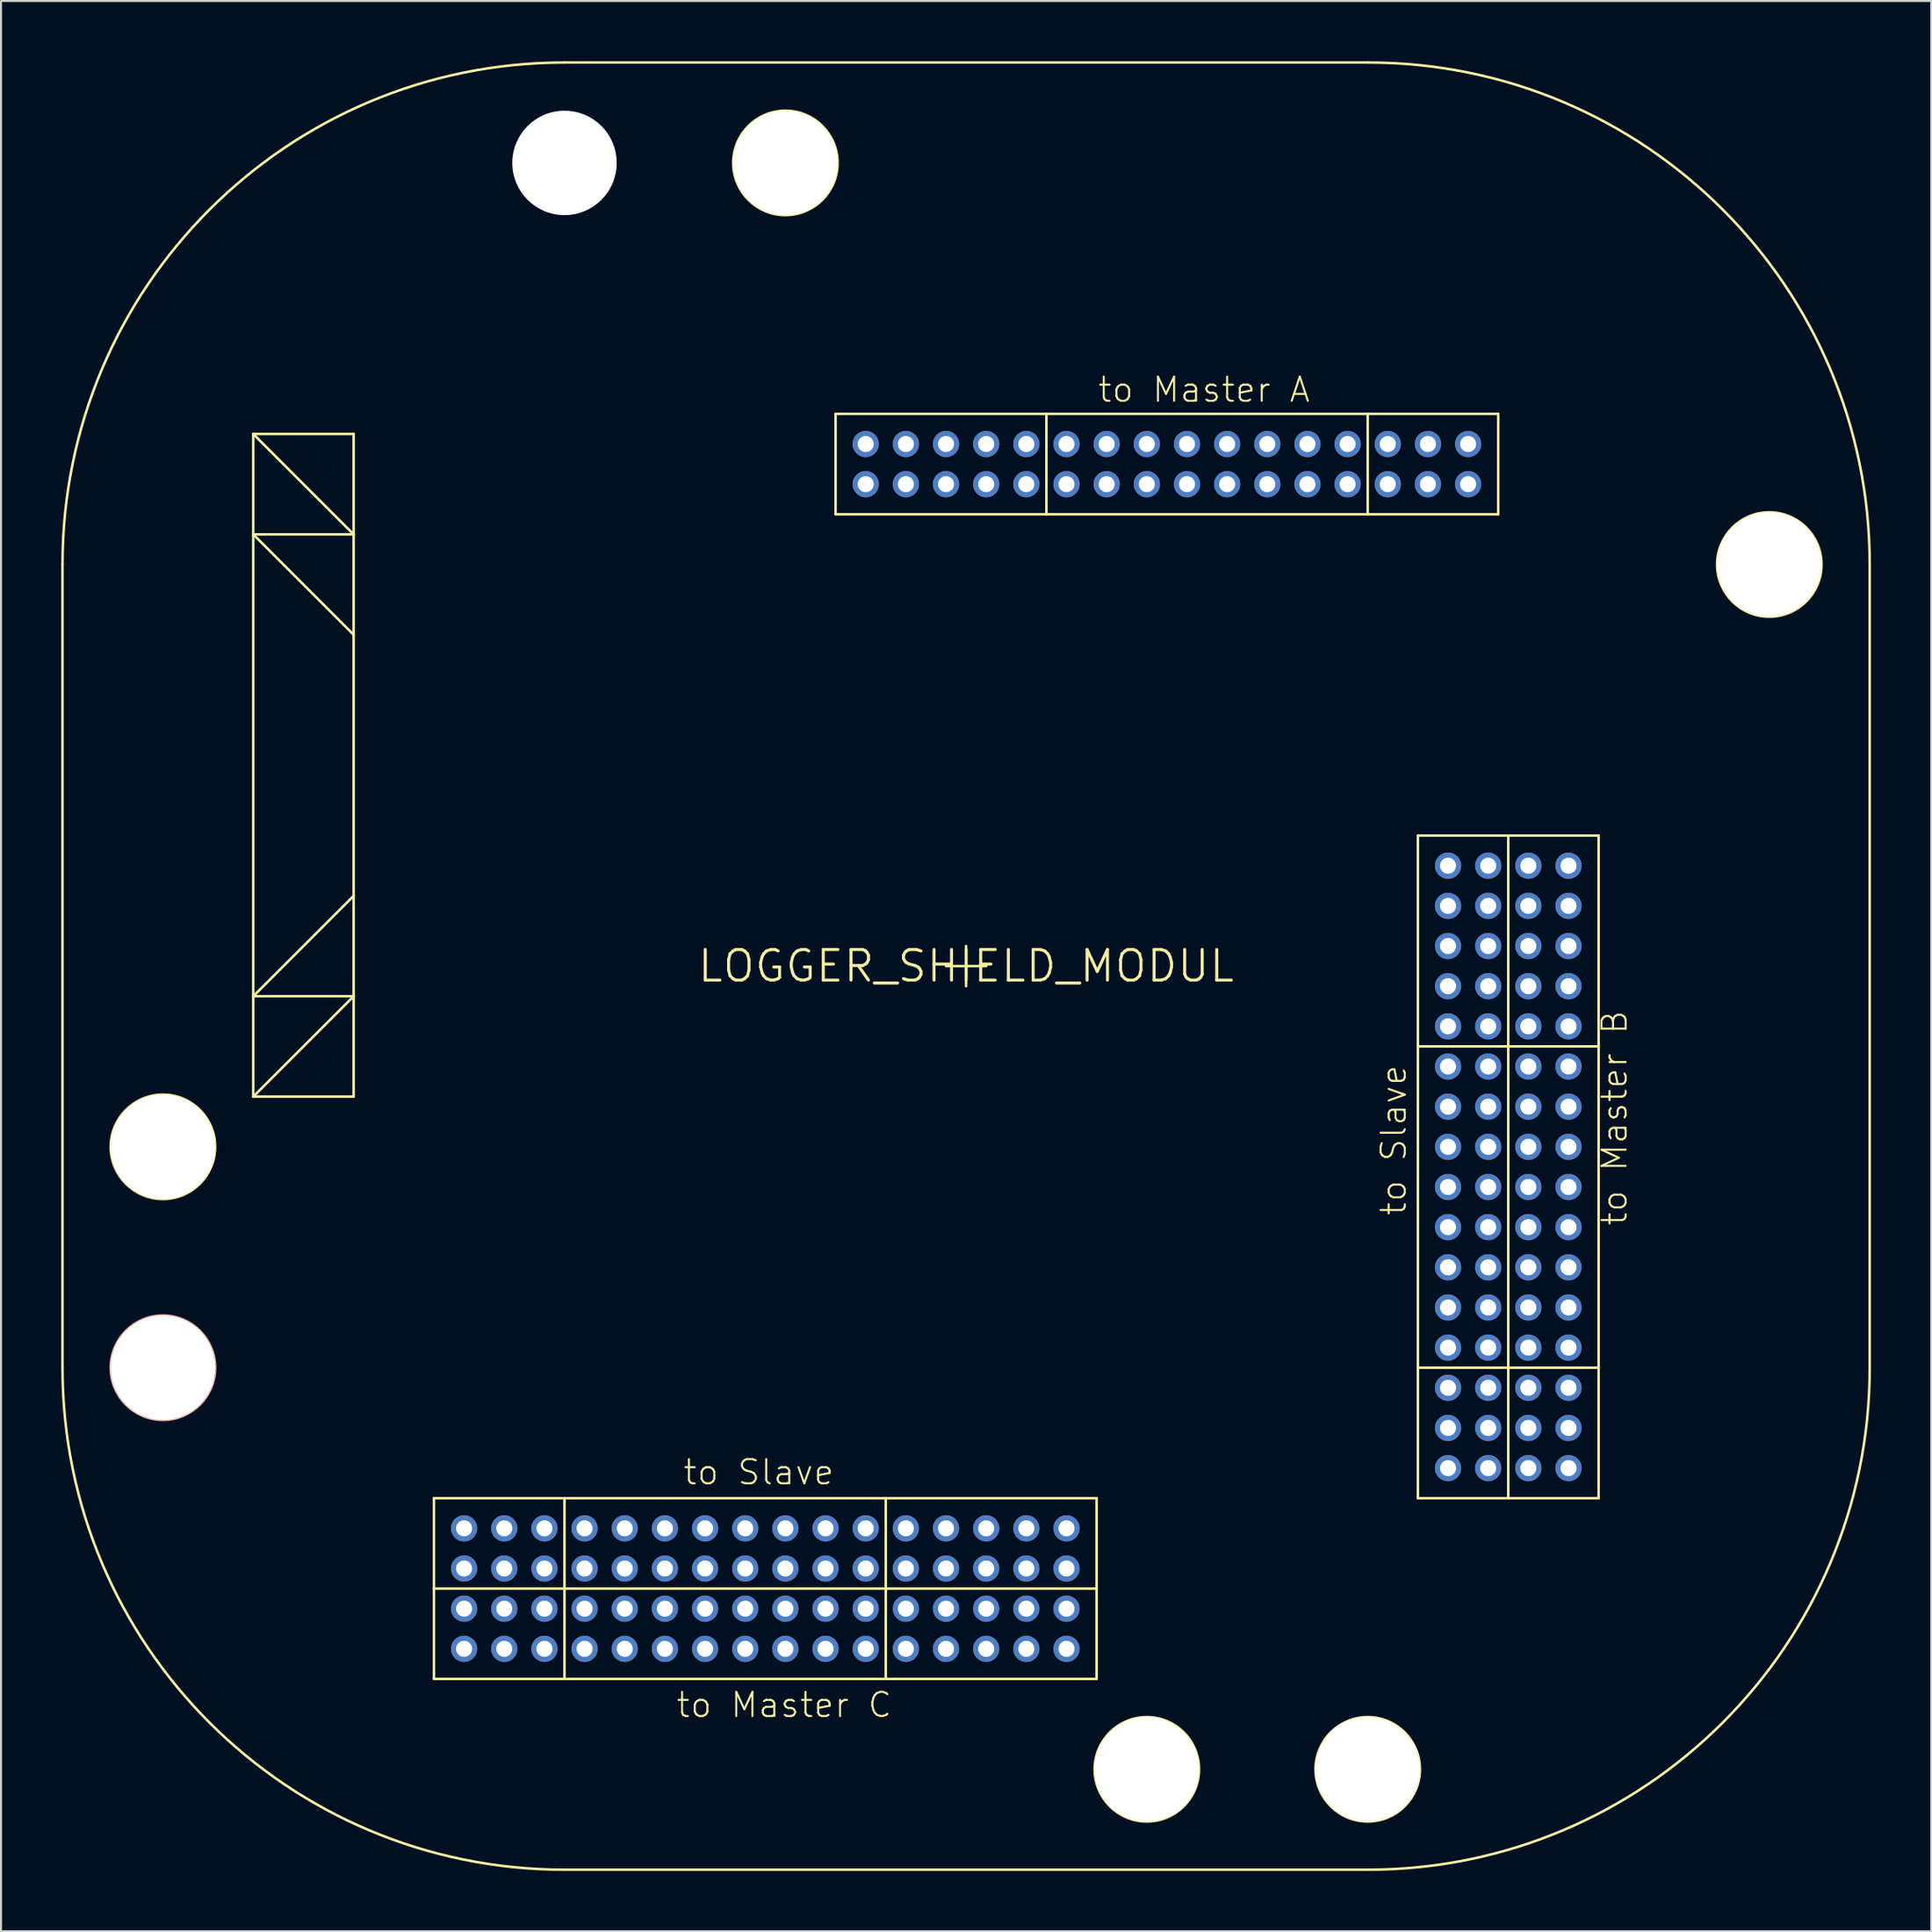
<source format=kicad_pcb>
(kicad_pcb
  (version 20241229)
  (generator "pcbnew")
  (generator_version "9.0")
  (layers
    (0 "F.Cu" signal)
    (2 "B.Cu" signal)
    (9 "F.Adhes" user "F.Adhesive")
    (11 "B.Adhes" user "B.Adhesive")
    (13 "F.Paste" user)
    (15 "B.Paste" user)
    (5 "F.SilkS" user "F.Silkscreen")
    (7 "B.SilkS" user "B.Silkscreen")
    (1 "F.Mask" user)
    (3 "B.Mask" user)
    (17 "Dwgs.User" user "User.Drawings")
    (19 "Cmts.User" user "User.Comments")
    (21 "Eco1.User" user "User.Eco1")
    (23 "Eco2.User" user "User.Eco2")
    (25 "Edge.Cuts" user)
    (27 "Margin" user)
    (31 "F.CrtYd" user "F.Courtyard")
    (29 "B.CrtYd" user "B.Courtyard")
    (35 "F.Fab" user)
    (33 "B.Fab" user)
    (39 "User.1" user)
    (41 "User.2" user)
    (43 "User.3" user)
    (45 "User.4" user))
  (footprint "LOGGER_SHIELD_MODUL"
    (layer "F.Cu")
    (at 45.063 45.063)
    (property "Reference" "LOGGER_SHIELD_MODUL" (at 0 0 0) (layer "F.SilkS") (effects (font (size 1.524 1.524) (thickness 0.15))))
    (attr through_hole)
    (fp_line (start -45 -20) (end -45 20) (stroke (width 0.127) (type solid)) (layer "F.SilkS"))
    (fp_line (start -35.5 -26.5) (end -35.5 -21.5) (stroke (width 0.127) (type solid)) (layer "F.SilkS"))
    (fp_line (start -35.5 -26.5) (end -30.5 -21.5) (stroke (width 0.127) (type solid)) (layer "F.SilkS"))
    (fp_line (start -35.5 -21.5) (end -35.5 1.5) (stroke (width 0.127) (type solid)) (layer "F.SilkS"))
    (fp_line (start -35.5 -21.5) (end -30.5 -16.5) (stroke (width 0.127) (type solid)) (layer "F.SilkS"))
    (fp_line (start -35.5 1.5) (end -35.5 6.5) (stroke (width 0.127) (type solid)) (layer "F.SilkS"))
    (fp_line (start -35.5 1.5) (end -30.5 -3.5) (stroke (width 0.127) (type solid)) (layer "F.SilkS"))
    (fp_line (start -35.5 6.5) (end -30.5 1.5) (stroke (width 0.127) (type solid)) (layer "F.SilkS"))
    (fp_line (start -35.5 6.5) (end -30.5 6.5) (stroke (width 0.127) (type solid)) (layer "F.SilkS"))
    (fp_line (start -30.5 -26.5) (end -35.5 -26.5) (stroke (width 0.127) (type solid)) (layer "F.SilkS"))
    (fp_line (start -30.5 -21.5) (end -35.5 -21.5) (stroke (width 0.127) (type solid)) (layer "F.SilkS"))
    (fp_line (start -30.5 -21.5) (end -30.5 -26.5) (stroke (width 0.127) (type solid)) (layer "F.SilkS"))
    (fp_line (start -30.5 -16.5) (end -30.5 -21.5) (stroke (width 0.127) (type solid)) (layer "F.SilkS"))
    (fp_line (start -30.5 -3.5) (end -30.5 -16.5) (stroke (width 0.127) (type solid)) (layer "F.SilkS"))
    (fp_line (start -30.5 1.5) (end -35.5 1.5) (stroke (width 0.127) (type solid)) (layer "F.SilkS"))
    (fp_line (start -30.5 1.5) (end -30.5 -3.5) (stroke (width 0.127) (type solid)) (layer "F.SilkS"))
    (fp_line (start -30.5 6.5) (end -30.5 1.5) (stroke (width 0.127) (type solid)) (layer "F.SilkS"))
    (fp_line (start -26.5 26.5) (end -20 26.5) (stroke (width 0.127) (type solid)) (layer "F.SilkS"))
    (fp_line (start -26.5 31) (end -26.5 26.5) (stroke (width 0.127) (type solid)) (layer "F.SilkS"))
    (fp_line (start -26.5 31) (end -20 31) (stroke (width 0.127) (type solid)) (layer "F.SilkS"))
    (fp_line (start -26.5 35.5) (end -26.5 31) (stroke (width 0.127) (type solid)) (layer "F.SilkS"))
    (fp_line (start -20 26.5) (end -4 26.5) (stroke (width 0.127) (type solid)) (layer "F.SilkS"))
    (fp_line (start -20 31) (end -20 26.5) (stroke (width 0.127) (type solid)) (layer "F.SilkS"))
    (fp_line (start -20 31) (end -20 35.5) (stroke (width 0.127) (type solid)) (layer "F.SilkS"))
    (fp_line (start -20 31) (end -4 31) (stroke (width 0.127) (type solid)) (layer "F.SilkS"))
    (fp_line (start -20 35.5) (end -26.5 35.5) (stroke (width 0.127) (type solid)) (layer "F.SilkS"))
    (fp_line (start -20 45) (end 20 45) (stroke (width 0.127) (type solid)) (layer "F.SilkS"))
    (fp_line (start -6.5 -27.5) (end -6.5 -22.5) (stroke (width 0.127) (type solid)) (layer "F.SilkS"))
    (fp_line (start -6.5 -27.5) (end 4 -27.5) (stroke (width 0.127) (type solid)) (layer "F.SilkS"))
    (fp_line (start -6.5 -22.5) (end 4 -22.5) (stroke (width 0.127) (type solid)) (layer "F.SilkS"))
    (fp_line (start -4 26.5) (end 6.5 26.5) (stroke (width 0.127) (type solid)) (layer "F.SilkS"))
    (fp_line (start -4 31) (end -4 26.5) (stroke (width 0.127) (type solid)) (layer "F.SilkS"))
    (fp_line (start -4 31) (end -4 35.5) (stroke (width 0.127) (type solid)) (layer "F.SilkS"))
    (fp_line (start -4 31) (end 6.5 31) (stroke (width 0.127) (type solid)) (layer "F.SilkS"))
    (fp_line (start -4 35.5) (end -20 35.5) (stroke (width 0.127) (type solid)) (layer "F.SilkS"))
    (fp_line (start -1 0) (end 1 0) (stroke (width 0.127) (type solid)) (layer "F.SilkS"))
    (fp_line (start 0 -1) (end 0 1) (stroke (width 0.127) (type solid)) (layer "F.SilkS"))
    (fp_line (start 4 -27.5) (end 20 -27.5) (stroke (width 0.127) (type solid)) (layer "F.SilkS"))
    (fp_line (start 4 -22.5) (end 4 -27.5) (stroke (width 0.127) (type solid)) (layer "F.SilkS"))
    (fp_line (start 4 -22.5) (end 20 -22.5) (stroke (width 0.127) (type solid)) (layer "F.SilkS"))
    (fp_line (start 6.5 26.5) (end 6.5 31) (stroke (width 0.127) (type solid)) (layer "F.SilkS"))
    (fp_line (start 6.5 31) (end 6.5 35.5) (stroke (width 0.127) (type solid)) (layer "F.SilkS"))
    (fp_line (start 6.5 35.5) (end -4 35.5) (stroke (width 0.127) (type solid)) (layer "F.SilkS"))
    (fp_line (start 20 -45) (end -20 -45) (stroke (width 0.127) (type solid)) (layer "F.SilkS"))
    (fp_line (start 20 -27.5) (end 26.5 -27.5) (stroke (width 0.127) (type solid)) (layer "F.SilkS"))
    (fp_line (start 20 -22.5) (end 20 -27.5) (stroke (width 0.127) (type solid)) (layer "F.SilkS"))
    (fp_line (start 20 -22.5) (end 26.5 -22.5) (stroke (width 0.127) (type solid)) (layer "F.SilkS"))
    (fp_line (start 22.5 -6.5) (end 22.5 4) (stroke (width 0.127) (type solid)) (layer "F.SilkS"))
    (fp_line (start 22.5 -6.5) (end 27 -6.5) (stroke (width 0.127) (type solid)) (layer "F.SilkS"))
    (fp_line (start 22.5 4) (end 22.5 20) (stroke (width 0.127) (type solid)) (layer "F.SilkS"))
    (fp_line (start 22.5 4) (end 27 4) (stroke (width 0.127) (type solid)) (layer "F.SilkS"))
    (fp_line (start 22.5 20) (end 22.5 26.5) (stroke (width 0.127) (type solid)) (layer "F.SilkS"))
    (fp_line (start 22.5 20) (end 27 20) (stroke (width 0.127) (type solid)) (layer "F.SilkS"))
    (fp_line (start 22.5 26.5) (end 27 26.5) (stroke (width 0.127) (type solid)) (layer "F.SilkS"))
    (fp_line (start 26.5 -22.5) (end 26.5 -27.5) (stroke (width 0.127) (type solid)) (layer "F.SilkS"))
    (fp_line (start 27 -6.5) (end 31.5 -6.5) (stroke (width 0.127) (type solid)) (layer "F.SilkS"))
    (fp_line (start 27 4) (end 27 -6.5) (stroke (width 0.127) (type solid)) (layer "F.SilkS"))
    (fp_line (start 27 4) (end 31.5 4) (stroke (width 0.127) (type solid)) (layer "F.SilkS"))
    (fp_line (start 27 20) (end 27 4) (stroke (width 0.127) (type solid)) (layer "F.SilkS"))
    (fp_line (start 27 20) (end 31.5 20) (stroke (width 0.127) (type solid)) (layer "F.SilkS"))
    (fp_line (start 27 26.5) (end 27 20) (stroke (width 0.127) (type solid)) (layer "F.SilkS"))
    (fp_line (start 27 26.5) (end 31.5 26.5) (stroke (width 0.127) (type solid)) (layer "F.SilkS"))
    (fp_line (start 31.5 4) (end 31.5 -6.5) (stroke (width 0.127) (type solid)) (layer "F.SilkS"))
    (fp_line (start 31.5 20) (end 31.5 4) (stroke (width 0.127) (type solid)) (layer "F.SilkS"))
    (fp_line (start 31.5 26.5) (end 31.5 20) (stroke (width 0.127) (type solid)) (layer "F.SilkS"))
    (fp_line (start 45 20) (end 45 -20) (stroke (width 0.127) (type solid)) (layer "F.SilkS"))
    (fp_arc (start -45 -20) (mid -37.67767 -37.67767) (end -20 -45) (stroke (width 0.127) (type solid)) (layer "F.SilkS"))
    (fp_arc (start -20 45) (mid -37.67767 37.67767) (end -45 20) (stroke (width 0.127) (type solid)) (layer "F.SilkS"))
    (fp_arc (start 20 -45) (mid 37.67767 -37.67767) (end 45 -20) (stroke (width 0.127) (type solid)) (layer "F.SilkS"))
    (fp_arc (start 45 20) (mid 37.67767 37.67767) (end 20 45) (stroke (width 0.127) (type solid)) (layer "F.SilkS"))
    (fp_circle (center -40 9) (end -37.4 9) (stroke (width 0.127) (type solid)) (fill no) (layer "F.SilkS"))
    (fp_circle (center -9 -40) (end -6.4 -40) (stroke (width 0.127) (type solid)) (fill no) (layer "F.SilkS"))
    (fp_circle (center 9 40) (end 11.6 40) (stroke (width 0.127) (type solid)) (fill no) (layer "F.SilkS"))
    (fp_circle (center 20 40) (end 22.6 40) (stroke (width 0.127) (type solid)) (fill no) (layer "F.SilkS"))
    (fp_circle (center 40 -20) (end 42.6 -20) (stroke (width 0.127) (type solid)) (fill no) (layer "F.SilkS"))
    (fp_circle (center -40 20) (end -37.4 20) (stroke (width 0.127) (type solid)) (fill no) (layer "B.SilkS"))
    (fp_text user "to Slave" (at -6.5 24.5 0) (layer "F.SilkS") (effects (font (size 1.206 1.206) (thickness 0.102)) (justify right top)))
    (fp_text user "to Slave" (at 22 12.5 90) (layer "F.SilkS") (effects (font (size 1.206 1.206) (thickness 0.102)) (justify left bottom)))
    (fp_text user "to Master B" (at 33 13 90) (layer "F.SilkS") (effects (font (size 1.206 1.206) (thickness 0.102)) (justify left bottom)))
    (fp_text user "to Master A" (at 6.5 -28 0) (layer "F.SilkS") (effects (font (size 1.206 1.206) (thickness 0.102)) (justify left bottom)))
    (fp_text user "to Master C" (at -14.5 37.5 0) (layer "F.SilkS") (effects (font (size 1.206 1.206) (thickness 0.102)) (justify left bottom)))
    (pad "" np_thru_hole circle (at -40 9) (size 5.2 5.2) (drill 5.2) (layers "*.Cu"))
    (pad "" np_thru_hole circle (at -40 20) (size 5.2 5.2) (drill 5.2) (layers "*.Cu"))
    (pad "" np_thru_hole circle (at -20 -40) (size 5.2 5.2) (drill 5.2) (layers "*.Cu"))
    (pad "" np_thru_hole circle (at -9 -40) (size 5.2 5.2) (drill 5.2) (layers "*.Cu"))
    (pad "" np_thru_hole circle (at 9 40) (size 5.2 5.2) (drill 5.2) (layers "*.Cu"))
    (pad "" np_thru_hole circle (at 20 40) (size 5.2 5.2) (drill 5.2) (layers "*.Cu"))
    (pad "" np_thru_hole circle (at 40 -20) (size 5.2 5.2) (drill 5.2) (layers "*.Cu"))
    (pad "A_+1" thru_hole circle (at -5 -26) (size 1.308 1.308) (drill 0.8) (layers "*.Cu" "*.Mask"))
    (pad "A_+1" thru_hole circle (at -5 -24) (size 1.308 1.308) (drill 0.8) (layers "*.Cu" "*.Mask"))
    (pad "A_-1" thru_hole circle (at -3 -26) (size 1.308 1.308) (drill 0.8) (layers "*.Cu" "*.Mask"))
    (pad "A_-1" thru_hole circle (at -3 -24) (size 1.308 1.308) (drill 0.8) (layers "*.Cu" "*.Mask"))
    (pad "A_1" thru_hole circle (at 5 -26) (size 1.308 1.308) (drill 0.8) (layers "*.Cu" "*.Mask"))
    (pad "A_2" thru_hole circle (at 7 -26) (size 1.308 1.308) (drill 0.8) (layers "*.Cu" "*.Mask"))
    (pad "A_3" thru_hole circle (at 9 -26) (size 1.308 1.308) (drill 0.8) (layers "*.Cu" "*.Mask"))
    (pad "A_4" thru_hole circle (at 11 -26) (size 1.308 1.308) (drill 0.8) (layers "*.Cu" "*.Mask"))
    (pad "A_5" thru_hole circle (at 13 -26) (size 1.308 1.308) (drill 0.8) (layers "*.Cu" "*.Mask"))
    (pad "A_5V" thru_hole circle (at 3 -26) (size 1.308 1.308) (drill 0.8) (layers "*.Cu" "*.Mask"))
    (pad "A_5V" thru_hole circle (at 3 -24) (size 1.308 1.308) (drill 0.8) (layers "*.Cu" "*.Mask"))
    (pad "A_6" thru_hole circle (at 15 -26) (size 1.308 1.308) (drill 0.8) (layers "*.Cu" "*.Mask"))
    (pad "A_7" thru_hole circle (at 17 -26) (size 1.308 1.308) (drill 0.8) (layers "*.Cu" "*.Mask"))
    (pad "A_8" thru_hole circle (at 19 -26) (size 1.308 1.308) (drill 0.8) (layers "*.Cu" "*.Mask"))
    (pad "A_11" thru_hole circle (at 5 -24) (size 1.308 1.308) (drill 0.8) (layers "*.Cu" "*.Mask"))
    (pad "A_22" thru_hole circle (at 7 -24) (size 1.308 1.308) (drill 0.8) (layers "*.Cu" "*.Mask"))
    (pad "A_33" thru_hole circle (at 9 -24) (size 1.308 1.308) (drill 0.8) (layers "*.Cu" "*.Mask"))
    (pad "A_44" thru_hole circle (at 11 -24) (size 1.308 1.308) (drill 0.8) (layers "*.Cu" "*.Mask"))
    (pad "A_55" thru_hole circle (at 13 -24) (size 1.308 1.308) (drill 0.8) (layers "*.Cu" "*.Mask"))
    (pad "A_66" thru_hole circle (at 15 -24) (size 1.308 1.308) (drill 0.8) (layers "*.Cu" "*.Mask"))
    (pad "A_77" thru_hole circle (at 17 -24) (size 1.308 1.308) (drill 0.8) (layers "*.Cu" "*.Mask"))
    (pad "A_88" thru_hole circle (at 19 -24) (size 1.308 1.308) (drill 0.8) (layers "*.Cu" "*.Mask"))
    (pad "A_CL" thru_hole circle (at 25 -24) (size 1.308 1.308) (drill 0.8) (layers "*.Cu" "*.Mask"))
    (pad "A_GN" thru_hole circle (at 1 -26) (size 1.308 1.308) (drill 0.8) (layers "*.Cu" "*.Mask"))
    (pad "A_GN" thru_hole circle (at 1 -24) (size 1.308 1.308) (drill 0.8) (layers "*.Cu" "*.Mask"))
    (pad "A_MP" thru_hole circle (at 21 -26) (size 1.308 1.308) (drill 0.8) (layers "*.Cu" "*.Mask"))
    (pad "A_MP" thru_hole circle (at 21 -24) (size 1.308 1.308) (drill 0.8) (layers "*.Cu" "*.Mask"))
    (pad "A_MP" thru_hole circle (at 23 -26) (size 1.308 1.308) (drill 0.8) (layers "*.Cu" "*.Mask"))
    (pad "A_MP" thru_hole circle (at 23 -24) (size 1.308 1.308) (drill 0.8) (layers "*.Cu" "*.Mask"))
    (pad "A_TX" thru_hole circle (at 25 -26) (size 1.308 1.308) (drill 0.8) (layers "*.Cu" "*.Mask"))
    (pad "A_VR" thru_hole circle (at -1 -26) (size 1.308 1.308) (drill 0.8) (layers "*.Cu" "*.Mask"))
    (pad "A_VR" thru_hole circle (at -1 -24) (size 1.308 1.308) (drill 0.8) (layers "*.Cu" "*.Mask"))
    (pad "B_+1" thru_hole circle (at 24 -5) (size 1.308 1.308) (drill 0.8) (layers "*.Cu" "*.Mask"))
    (pad "B_+1" thru_hole circle (at 26 -5) (size 1.308 1.308) (drill 0.8) (layers "*.Cu" "*.Mask"))
    (pad "B_+1" thru_hole circle (at 28 -5) (size 1.308 1.308) (drill 0.8) (layers "*.Cu" "*.Mask"))
    (pad "B_+1" thru_hole circle (at 30 -5) (size 1.308 1.308) (drill 0.8) (layers "*.Cu" "*.Mask"))
    (pad "B_-1" thru_hole circle (at 24 -3) (size 1.308 1.308) (drill 0.8) (layers "*.Cu" "*.Mask"))
    (pad "B_-1" thru_hole circle (at 26 -3) (size 1.308 1.308) (drill 0.8) (layers "*.Cu" "*.Mask"))
    (pad "B_-1" thru_hole circle (at 28 -3) (size 1.308 1.308) (drill 0.8) (layers "*.Cu" "*.Mask"))
    (pad "B_-1" thru_hole circle (at 30 -3) (size 1.308 1.308) (drill 0.8) (layers "*.Cu" "*.Mask"))
    (pad "B_1" thru_hole circle (at 30 5 270) (size 1.308 1.308) (drill 0.8) (layers "*.Cu" "*.Mask"))
    (pad "B_2" thru_hole circle (at 30 7 270) (size 1.308 1.308) (drill 0.8) (layers "*.Cu" "*.Mask"))
    (pad "B_3" thru_hole circle (at 30 9 270) (size 1.308 1.308) (drill 0.8) (layers "*.Cu" "*.Mask"))
    (pad "B_4" thru_hole circle (at 30 11 270) (size 1.308 1.308) (drill 0.8) (layers "*.Cu" "*.Mask"))
    (pad "B_5" thru_hole circle (at 30 13 270) (size 1.308 1.308) (drill 0.8) (layers "*.Cu" "*.Mask"))
    (pad "B_5V" thru_hole circle (at 24 3 270) (size 1.308 1.308) (drill 0.8) (layers "*.Cu" "*.Mask"))
    (pad "B_5V" thru_hole circle (at 26 3 270) (size 1.308 1.308) (drill 0.8) (layers "*.Cu" "*.Mask"))
    (pad "B_5V" thru_hole circle (at 28 3 270) (size 1.308 1.308) (drill 0.8) (layers "*.Cu" "*.Mask"))
    (pad "B_5V" thru_hole circle (at 30 3 270) (size 1.308 1.308) (drill 0.8) (layers "*.Cu" "*.Mask"))
    (pad "B_6" thru_hole circle (at 30 15 270) (size 1.308 1.308) (drill 0.8) (layers "*.Cu" "*.Mask"))
    (pad "B_7" thru_hole circle (at 30 17 270) (size 1.308 1.308) (drill 0.8) (layers "*.Cu" "*.Mask"))
    (pad "B_8" thru_hole circle (at 30 19 270) (size 1.308 1.308) (drill 0.8) (layers "*.Cu" "*.Mask"))
    (pad "B_11" thru_hole circle (at 28 5 270) (size 1.308 1.308) (drill 0.8) (layers "*.Cu" "*.Mask"))
    (pad "B_12" thru_hole circle (at 26 5 270) (size 1.308 1.308) (drill 0.8) (layers "*.Cu" "*.Mask"))
    (pad "B_13" thru_hole circle (at 24 5 270) (size 1.308 1.308) (drill 0.8) (layers "*.Cu" "*.Mask"))
    (pad "B_21" thru_hole circle (at 28 7 270) (size 1.308 1.308) (drill 0.8) (layers "*.Cu" "*.Mask"))
    (pad "B_22" thru_hole circle (at 26 7 270) (size 1.308 1.308) (drill 0.8) (layers "*.Cu" "*.Mask"))
    (pad "B_23" thru_hole circle (at 24 7 270) (size 1.308 1.308) (drill 0.8) (layers "*.Cu" "*.Mask"))
    (pad "B_31" thru_hole circle (at 28 9 270) (size 1.308 1.308) (drill 0.8) (layers "*.Cu" "*.Mask"))
    (pad "B_32" thru_hole circle (at 26 9 270) (size 1.308 1.308) (drill 0.8) (layers "*.Cu" "*.Mask"))
    (pad "B_33" thru_hole circle (at 24 9 270) (size 1.308 1.308) (drill 0.8) (layers "*.Cu" "*.Mask"))
    (pad "B_41" thru_hole circle (at 28 11 270) (size 1.308 1.308) (drill 0.8) (layers "*.Cu" "*.Mask"))
    (pad "B_42" thru_hole circle (at 26 11 270) (size 1.308 1.308) (drill 0.8) (layers "*.Cu" "*.Mask"))
    (pad "B_43" thru_hole circle (at 24 11 270) (size 1.308 1.308) (drill 0.8) (layers "*.Cu" "*.Mask"))
    (pad "B_51" thru_hole circle (at 28 13 270) (size 1.308 1.308) (drill 0.8) (layers "*.Cu" "*.Mask"))
    (pad "B_52" thru_hole circle (at 26 13 270) (size 1.308 1.308) (drill 0.8) (layers "*.Cu" "*.Mask"))
    (pad "B_53" thru_hole circle (at 24 13 270) (size 1.308 1.308) (drill 0.8) (layers "*.Cu" "*.Mask"))
    (pad "B_61" thru_hole circle (at 28 15 270) (size 1.308 1.308) (drill 0.8) (layers "*.Cu" "*.Mask"))
    (pad "B_62" thru_hole circle (at 26 15 270) (size 1.308 1.308) (drill 0.8) (layers "*.Cu" "*.Mask"))
    (pad "B_63" thru_hole circle (at 24 15 270) (size 1.308 1.308) (drill 0.8) (layers "*.Cu" "*.Mask"))
    (pad "B_71" thru_hole circle (at 28 17 270) (size 1.308 1.308) (drill 0.8) (layers "*.Cu" "*.Mask"))
    (pad "B_72" thru_hole circle (at 26 17 270) (size 1.308 1.308) (drill 0.8) (layers "*.Cu" "*.Mask"))
    (pad "B_73" thru_hole circle (at 24 17 270) (size 1.308 1.308) (drill 0.8) (layers "*.Cu" "*.Mask"))
    (pad "B_81" thru_hole circle (at 28 19 270) (size 1.308 1.308) (drill 0.8) (layers "*.Cu" "*.Mask"))
    (pad "B_82" thru_hole circle (at 26 19 270) (size 1.308 1.308) (drill 0.8) (layers "*.Cu" "*.Mask"))
    (pad "B_83" thru_hole circle (at 24 19 270) (size 1.308 1.308) (drill 0.8) (layers "*.Cu" "*.Mask"))
    (pad "B_CL" thru_hole circle (at 24 25) (size 1.308 1.308) (drill 0.8) (layers "*.Cu" "*.Mask"))
    (pad "B_CL" thru_hole circle (at 28 25) (size 1.308 1.308) (drill 0.8) (layers "*.Cu" "*.Mask"))
    (pad "B_GN" thru_hole circle (at 24 1 270) (size 1.308 1.308) (drill 0.8) (layers "*.Cu" "*.Mask"))
    (pad "B_GN" thru_hole circle (at 26 1 270) (size 1.308 1.308) (drill 0.8) (layers "*.Cu" "*.Mask"))
    (pad "B_GN" thru_hole circle (at 28 1 270) (size 1.308 1.308) (drill 0.8) (layers "*.Cu" "*.Mask"))
    (pad "B_GN" thru_hole circle (at 30 1 270) (size 1.308 1.308) (drill 0.8) (layers "*.Cu" "*.Mask"))
    (pad "B_MP" thru_hole circle (at 24 21 270) (size 1.308 1.308) (drill 0.8) (layers "*.Cu" "*.Mask"))
    (pad "B_MP" thru_hole circle (at 24 23 270) (size 1.308 1.308) (drill 0.8) (layers "*.Cu" "*.Mask"))
    (pad "B_MP" thru_hole circle (at 26 21 270) (size 1.308 1.308) (drill 0.8) (layers "*.Cu" "*.Mask"))
    (pad "B_MP" thru_hole circle (at 26 23 270) (size 1.308 1.308) (drill 0.8) (layers "*.Cu" "*.Mask"))
    (pad "B_MP" thru_hole circle (at 28 21 270) (size 1.308 1.308) (drill 0.8) (layers "*.Cu" "*.Mask"))
    (pad "B_MP" thru_hole circle (at 28 23 270) (size 1.308 1.308) (drill 0.8) (layers "*.Cu" "*.Mask"))
    (pad "B_MP" thru_hole circle (at 30 21 270) (size 1.308 1.308) (drill 0.8) (layers "*.Cu" "*.Mask"))
    (pad "B_MP" thru_hole circle (at 30 23 270) (size 1.308 1.308) (drill 0.8) (layers "*.Cu" "*.Mask"))
    (pad "B_TX" thru_hole circle (at 26 25) (size 1.308 1.308) (drill 0.8) (layers "*.Cu" "*.Mask"))
    (pad "B_TX" thru_hole circle (at 30 25) (size 1.308 1.308) (drill 0.8) (layers "*.Cu" "*.Mask"))
    (pad "B_VR" thru_hole circle (at 24 -1) (size 1.308 1.308) (drill 0.8) (layers "*.Cu" "*.Mask"))
    (pad "B_VR" thru_hole circle (at 26 -1) (size 1.308 1.308) (drill 0.8) (layers "*.Cu" "*.Mask"))
    (pad "B_VR" thru_hole circle (at 28 -1) (size 1.308 1.308) (drill 0.8) (layers "*.Cu" "*.Mask"))
    (pad "B_VR" thru_hole circle (at 30 -1) (size 1.308 1.308) (drill 0.8) (layers "*.Cu" "*.Mask"))
    (pad "C_+1" thru_hole circle (at 5 28) (size 1.308 1.308) (drill 0.8) (layers "*.Cu" "*.Mask"))
    (pad "C_+1" thru_hole circle (at 5 30) (size 1.308 1.308) (drill 0.8) (layers "*.Cu" "*.Mask"))
    (pad "C_+1" thru_hole circle (at 5 32) (size 1.308 1.308) (drill 0.8) (layers "*.Cu" "*.Mask"))
    (pad "C_+1" thru_hole circle (at 5 34) (size 1.308 1.308) (drill 0.8) (layers "*.Cu" "*.Mask"))
    (pad "C_-1" thru_hole circle (at 3 28) (size 1.308 1.308) (drill 0.8) (layers "*.Cu" "*.Mask"))
    (pad "C_-1" thru_hole circle (at 3 30) (size 1.308 1.308) (drill 0.8) (layers "*.Cu" "*.Mask"))
    (pad "C_-1" thru_hole circle (at 3 32) (size 1.308 1.308) (drill 0.8) (layers "*.Cu" "*.Mask"))
    (pad "C_-1" thru_hole circle (at 3 34) (size 1.308 1.308) (drill 0.8) (layers "*.Cu" "*.Mask"))
    (pad "C_1" thru_hole circle (at -5 34 180) (size 1.308 1.308) (drill 0.8) (layers "*.Cu" "*.Mask"))
    (pad "C_2" thru_hole circle (at -7 34 180) (size 1.308 1.308) (drill 0.8) (layers "*.Cu" "*.Mask"))
    (pad "C_3" thru_hole circle (at -9 34 180) (size 1.308 1.308) (drill 0.8) (layers "*.Cu" "*.Mask"))
    (pad "C_4" thru_hole circle (at -11 34 180) (size 1.308 1.308) (drill 0.8) (layers "*.Cu" "*.Mask"))
    (pad "C_5" thru_hole circle (at -13 34 180) (size 1.308 1.308) (drill 0.8) (layers "*.Cu" "*.Mask"))
    (pad "C_5V" thru_hole circle (at -3 28 180) (size 1.308 1.308) (drill 0.8) (layers "*.Cu" "*.Mask"))
    (pad "C_5V" thru_hole circle (at -3 30 180) (size 1.308 1.308) (drill 0.8) (layers "*.Cu" "*.Mask"))
    (pad "C_5V" thru_hole circle (at -3 32 180) (size 1.308 1.308) (drill 0.8) (layers "*.Cu" "*.Mask"))
    (pad "C_5V" thru_hole circle (at -3 34 180) (size 1.308 1.308) (drill 0.8) (layers "*.Cu" "*.Mask"))
    (pad "C_6" thru_hole circle (at -15 34 180) (size 1.308 1.308) (drill 0.8) (layers "*.Cu" "*.Mask"))
    (pad "C_7" thru_hole circle (at -17 34 180) (size 1.308 1.308) (drill 0.8) (layers "*.Cu" "*.Mask"))
    (pad "C_8" thru_hole circle (at -19 34 180) (size 1.308 1.308) (drill 0.8) (layers "*.Cu" "*.Mask"))
    (pad "C_11" thru_hole circle (at -5 32 180) (size 1.308 1.308) (drill 0.8) (layers "*.Cu" "*.Mask"))
    (pad "C_12" thru_hole circle (at -5 30 180) (size 1.308 1.308) (drill 0.8) (layers "*.Cu" "*.Mask"))
    (pad "C_13" thru_hole circle (at -5 28 180) (size 1.308 1.308) (drill 0.8) (layers "*.Cu" "*.Mask"))
    (pad "C_21" thru_hole circle (at -7 32 180) (size 1.308 1.308) (drill 0.8) (layers "*.Cu" "*.Mask"))
    (pad "C_22" thru_hole circle (at -7 30 180) (size 1.308 1.308) (drill 0.8) (layers "*.Cu" "*.Mask"))
    (pad "C_23" thru_hole circle (at -7 28 180) (size 1.308 1.308) (drill 0.8) (layers "*.Cu" "*.Mask"))
    (pad "C_31" thru_hole circle (at -9 32 180) (size 1.308 1.308) (drill 0.8) (layers "*.Cu" "*.Mask"))
    (pad "C_32" thru_hole circle (at -9 30 180) (size 1.308 1.308) (drill 0.8) (layers "*.Cu" "*.Mask"))
    (pad "C_33" thru_hole circle (at -9 28 180) (size 1.308 1.308) (drill 0.8) (layers "*.Cu" "*.Mask"))
    (pad "C_41" thru_hole circle (at -11 32 180) (size 1.308 1.308) (drill 0.8) (layers "*.Cu" "*.Mask"))
    (pad "C_42" thru_hole circle (at -11 30 180) (size 1.308 1.308) (drill 0.8) (layers "*.Cu" "*.Mask"))
    (pad "C_43" thru_hole circle (at -11 28 180) (size 1.308 1.308) (drill 0.8) (layers "*.Cu" "*.Mask"))
    (pad "C_51" thru_hole circle (at -13 32 180) (size 1.308 1.308) (drill 0.8) (layers "*.Cu" "*.Mask"))
    (pad "C_52" thru_hole circle (at -13 30 270) (size 1.308 1.308) (drill 0.8) (layers "*.Cu" "*.Mask"))
    (pad "C_53" thru_hole circle (at -13 28 180) (size 1.308 1.308) (drill 0.8) (layers "*.Cu" "*.Mask"))
    (pad "C_61" thru_hole circle (at -15 32 180) (size 1.308 1.308) (drill 0.8) (layers "*.Cu" "*.Mask"))
    (pad "C_62" thru_hole circle (at -15 30 180) (size 1.308 1.308) (drill 0.8) (layers "*.Cu" "*.Mask"))
    (pad "C_63" thru_hole circle (at -15 28 180) (size 1.308 1.308) (drill 0.8) (layers "*.Cu" "*.Mask"))
    (pad "C_71" thru_hole circle (at -17 32 180) (size 1.308 1.308) (drill 0.8) (layers "*.Cu" "*.Mask"))
    (pad "C_72" thru_hole circle (at -17 30 180) (size 1.308 1.308) (drill 0.8) (layers "*.Cu" "*.Mask"))
    (pad "C_73" thru_hole circle (at -17 28 180) (size 1.308 1.308) (drill 0.8) (layers "*.Cu" "*.Mask"))
    (pad "C_81" thru_hole circle (at -19 32 180) (size 1.308 1.308) (drill 0.8) (layers "*.Cu" "*.Mask"))
    (pad "C_82" thru_hole circle (at -19 30 180) (size 1.308 1.308) (drill 0.8) (layers "*.Cu" "*.Mask"))
    (pad "C_83" thru_hole circle (at -19 28 180) (size 1.308 1.308) (drill 0.8) (layers "*.Cu" "*.Mask"))
    (pad "C_CL" thru_hole circle (at -25 28) (size 1.308 1.308) (drill 0.8) (layers "*.Cu" "*.Mask"))
    (pad "C_CL" thru_hole circle (at -25 32) (size 1.308 1.308) (drill 0.8) (layers "*.Cu" "*.Mask"))
    (pad "C_GN" thru_hole circle (at -1 28 180) (size 1.308 1.308) (drill 0.8) (layers "*.Cu" "*.Mask"))
    (pad "C_GN" thru_hole circle (at -1 30 180) (size 1.308 1.308) (drill 0.8) (layers "*.Cu" "*.Mask"))
    (pad "C_GN" thru_hole circle (at -1 32 180) (size 1.308 1.308) (drill 0.8) (layers "*.Cu" "*.Mask"))
    (pad "C_GN" thru_hole circle (at -1 34 180) (size 1.308 1.308) (drill 0.8) (layers "*.Cu" "*.Mask"))
    (pad "C_MP" thru_hole circle (at -23 28 180) (size 1.308 1.308) (drill 0.8) (layers "*.Cu" "*.Mask"))
    (pad "C_MP" thru_hole circle (at -23 30 180) (size 1.308 1.308) (drill 0.8) (layers "*.Cu" "*.Mask"))
    (pad "C_MP" thru_hole circle (at -23 32 180) (size 1.308 1.308) (drill 0.8) (layers "*.Cu" "*.Mask"))
    (pad "C_MP" thru_hole circle (at -23 34 180) (size 1.308 1.308) (drill 0.8) (layers "*.Cu" "*.Mask"))
    (pad "C_MP" thru_hole circle (at -21 28 180) (size 1.308 1.308) (drill 0.8) (layers "*.Cu" "*.Mask"))
    (pad "C_MP" thru_hole circle (at -21 30 180) (size 1.308 1.308) (drill 0.8) (layers "*.Cu" "*.Mask"))
    (pad "C_MP" thru_hole circle (at -21 32 180) (size 1.308 1.308) (drill 0.8) (layers "*.Cu" "*.Mask"))
    (pad "C_MP" thru_hole circle (at -21 34 180) (size 1.308 1.308) (drill 0.8) (layers "*.Cu" "*.Mask"))
    (pad "C_TX" thru_hole circle (at -25 30) (size 1.308 1.308) (drill 0.8) (layers "*.Cu" "*.Mask"))
    (pad "C_TX" thru_hole circle (at -25 34) (size 1.308 1.308) (drill 0.8) (layers "*.Cu" "*.Mask"))
    (pad "C_VR" thru_hole circle (at 1 28) (size 1.308 1.308) (drill 0.8) (layers "*.Cu" "*.Mask"))
    (pad "C_VR" thru_hole circle (at 1 30) (size 1.308 1.308) (drill 0.8) (layers "*.Cu" "*.Mask"))
    (pad "C_VR" thru_hole circle (at 1 32) (size 1.308 1.308) (drill 0.8) (layers "*.Cu" "*.Mask"))
    (pad "C_VR" thru_hole circle (at 1 34) (size 1.308 1.308) (drill 0.8) (layers "*.Cu" "*.Mask")))
  (gr_rect
    (start -3 -3)
    (end 93.127 93.127)
    (stroke (width 0.1) (type default))
    (fill no)
    (layer "Edge.Cuts")))
</source>
